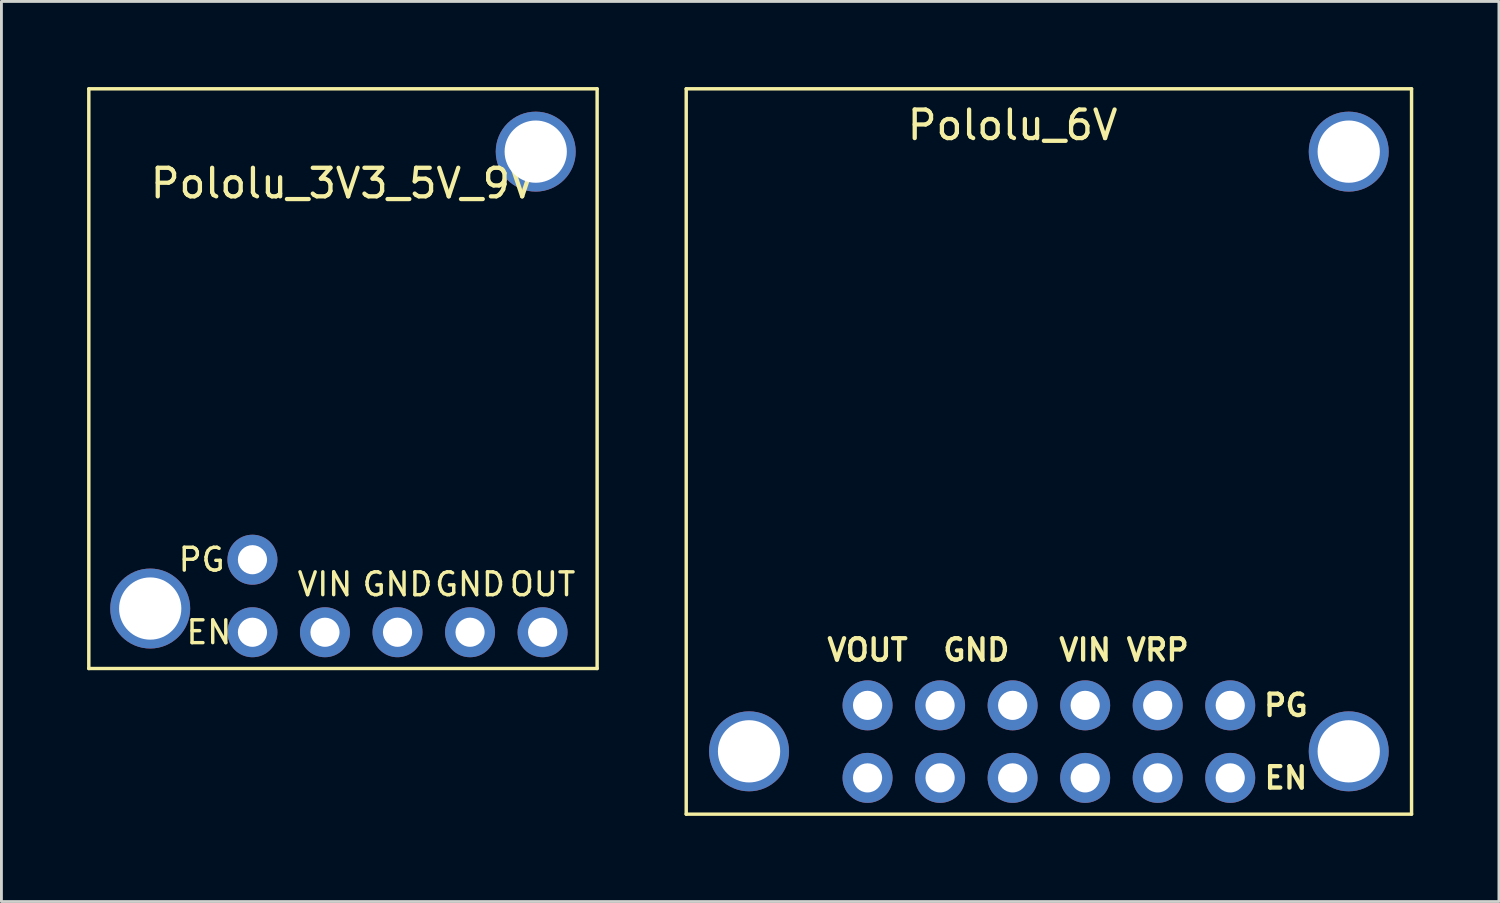
<source format=kicad_pcb>
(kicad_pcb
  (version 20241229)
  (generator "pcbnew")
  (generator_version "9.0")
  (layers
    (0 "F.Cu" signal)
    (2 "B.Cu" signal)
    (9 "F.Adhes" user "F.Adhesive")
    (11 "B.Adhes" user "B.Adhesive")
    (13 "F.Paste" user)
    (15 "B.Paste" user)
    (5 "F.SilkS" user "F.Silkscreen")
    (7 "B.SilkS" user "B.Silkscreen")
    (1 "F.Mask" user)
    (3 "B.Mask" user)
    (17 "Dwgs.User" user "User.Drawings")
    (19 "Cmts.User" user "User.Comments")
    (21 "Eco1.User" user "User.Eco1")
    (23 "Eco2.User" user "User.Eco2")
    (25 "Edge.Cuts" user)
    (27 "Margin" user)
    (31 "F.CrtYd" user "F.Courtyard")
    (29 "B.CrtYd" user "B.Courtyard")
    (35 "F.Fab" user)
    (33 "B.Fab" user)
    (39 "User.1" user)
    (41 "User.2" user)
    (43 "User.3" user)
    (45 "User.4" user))
  (footprint "Pololu_6V"
    (layer "F.Cu")
    (at 40.03 21.65)
    (property "Reference" "Pololu_6V" (at -7.62 -20.32 0) (unlocked yes) (layer "F.SilkS") (effects (font (size 1 1) (thickness 0.15))))
    (attr through_hole)
    (fp_line (start -19.05 -21.59) (end 6.35 -21.59) (stroke (width 0.12) (type solid)) (layer "F.SilkS"))
    (fp_line (start -19.05 3.81) (end -19.05 -21.59) (stroke (width 0.12) (type solid)) (layer "F.SilkS"))
    (fp_line (start 6.35 -21.59) (end 6.35 3.81) (stroke (width 0.12) (type solid)) (layer "F.SilkS"))
    (fp_line (start 6.35 3.81) (end -19.05 3.81) (stroke (width 0.12) (type solid)) (layer "F.SilkS"))
    (fp_text user "PG" (at 1.95 0 180) (layer "F.SilkS") (effects (font (size 0.75 0.75) (thickness 0.15))))
    (fp_text user "EN" (at 1.95 2.54 180) (layer "F.SilkS") (effects (font (size 0.75 0.75) (thickness 0.15))))
    (fp_text user "VRP" (at -2.54 -1.94 180) (layer "F.SilkS") (effects (font (size 0.75 0.75) (thickness 0.15))))
    (fp_text user "GND" (at -8.89 -1.94 180) (layer "F.SilkS") (effects (font (size 0.75 0.75) (thickness 0.15))))
    (fp_text user "VIN" (at -5.08 -1.94 180) (layer "F.SilkS") (effects (font (size 0.75 0.75) (thickness 0.15))))
    (fp_text user "VOUT" (at -12.7 -1.94 180) (layer "F.SilkS") (effects (font (size 0.75 0.75) (thickness 0.15))))
    (pad "" np_thru_hole circle (at -16.85 1.61) (size 2.8 2.8) (drill 2.18) (layers "*.Cu" "*.Mask"))
    (pad "" np_thru_hole circle (at 4.15 -19.39) (size 2.8 2.8) (drill 2.18) (layers "*.Cu" "*.Mask"))
    (pad "" np_thru_hole circle (at 4.15 1.61) (size 2.8 2.8) (drill 2.18) (layers "*.Cu" "*.Mask"))
    (pad "1" thru_hole circle (at 0 0) (size 1.75 1.75) (drill 1.02) (layers "*.Cu" "*.Mask"))
    (pad "2" thru_hole circle (at -2.54 0) (size 1.75 1.75) (drill 1.02) (layers "*.Cu" "*.Mask"))
    (pad "3" thru_hole circle (at -5.08 0) (size 1.75 1.75) (drill 1.02) (layers "*.Cu" "*.Mask"))
    (pad "4" thru_hole circle (at -7.62 0) (size 1.75 1.75) (drill 1.02) (layers "*.Cu" "*.Mask"))
    (pad "5" thru_hole circle (at -10.16 0) (size 1.75 1.75) (drill 1.02) (layers "*.Cu" "*.Mask"))
    (pad "6" thru_hole circle (at -12.7 0) (size 1.75 1.75) (drill 1.02) (layers "*.Cu" "*.Mask"))
    (pad "7" thru_hole circle (at 0 2.54) (size 1.75 1.75) (drill 1.02) (layers "*.Cu" "*.Mask"))
    (pad "8" thru_hole circle (at -2.54 2.54) (size 1.75 1.75) (drill 1.02) (layers "*.Cu" "*.Mask"))
    (pad "9" thru_hole circle (at -5.08 2.54) (size 1.75 1.75) (drill 1.02) (layers "*.Cu" "*.Mask"))
    (pad "10" thru_hole circle (at -7.62 2.54) (size 1.75 1.75) (drill 1.02) (layers "*.Cu" "*.Mask"))
    (pad "11" thru_hole circle (at -10.16 2.54) (size 1.75 1.75) (drill 1.02) (layers "*.Cu" "*.Mask"))
    (pad "12" thru_hole circle (at -12.7 2.54) (size 1.75 1.75) (drill 1.02) (layers "*.Cu" "*.Mask")))
  (footprint "Pololu_3V3_5V_9V"
    (layer "F.Cu")
    (at 5.79 19.09)
    (property "Reference" "Pololu_3V3_5V_9V" (at 3.16 -15.72 0) (unlocked yes) (layer "F.SilkS") (effects (font (size 1 1) (thickness 0.15))))
    (attr through_hole)
    (fp_line (start -5.73 -19.03) (end -5.73 1.27) (stroke (width 0.12) (type solid)) (layer "F.SilkS"))
    (fp_line (start -5.73 -19.03) (end 12.07 -19.03) (stroke (width 0.12) (type solid)) (layer "F.SilkS"))
    (fp_line (start -5.73 1.27) (end 12.07 1.27) (stroke (width 0.12) (type solid)) (layer "F.SilkS"))
    (fp_line (start 12.07 -19.03) (end 12.07 1.27) (stroke (width 0.12) (type solid)) (layer "F.SilkS"))
    (fp_text user "OUT" (at 10.16 -1.68 180) (layer "F.SilkS") (effects (font (size 0.8 0.8) (thickness 0.12))))
    (fp_text user "GND" (at 7.62 -1.68 180) (layer "F.SilkS") (effects (font (size 0.8 0.8) (thickness 0.12))))
    (fp_text user "EN" (at -1.524 0 180) (layer "F.SilkS") (effects (font (size 0.8 0.8) (thickness 0.12))))
    (fp_text user "PG" (at -1.778 -2.54 180) (layer "F.SilkS") (effects (font (size 0.8 0.8) (thickness 0.12))))
    (fp_text user "GND" (at 5.08 -1.68 180) (layer "F.SilkS") (effects (font (size 0.8 0.8) (thickness 0.12))))
    (fp_text user "VIN" (at 2.54 -1.68 180) (layer "F.SilkS") (effects (font (size 0.8 0.8) (thickness 0.12))))
    (pad "" np_thru_hole circle (at -3.58 -0.83) (size 2.8 2.8) (drill 2.18) (layers "*.Cu" "*.Mask"))
    (pad "" np_thru_hole circle (at 9.92 -16.83) (size 2.8 2.8) (drill 2.18) (layers "*.Cu" "*.Mask"))
    (pad "1" thru_hole circle (at 0 -2.54) (size 1.75 1.75) (drill 1.02) (layers "*.Cu" "*.Mask"))
    (pad "1" thru_hole circle (at 0 0) (size 1.75 1.75) (drill 1.02) (layers "*.Cu" "*.Mask"))
    (pad "2" thru_hole circle (at 2.54 0) (size 1.75 1.75) (drill 1.02) (layers "*.Cu" "*.Mask"))
    (pad "3" thru_hole circle (at 5.08 0) (size 1.75 1.75) (drill 1.02) (layers "*.Cu" "*.Mask"))
    (pad "4" thru_hole circle (at 7.62 0) (size 1.75 1.75) (drill 1.02) (layers "*.Cu" "*.Mask"))
    (pad "5" thru_hole circle (at 10.16 0) (size 1.75 1.75) (drill 1.02) (layers "*.Cu" "*.Mask")))
  (gr_rect
    (start -3 -3)
    (end 49.44 28.52)
    (stroke (width 0.1) (type default))
    (fill no)
    (layer "Edge.Cuts")))
</source>
